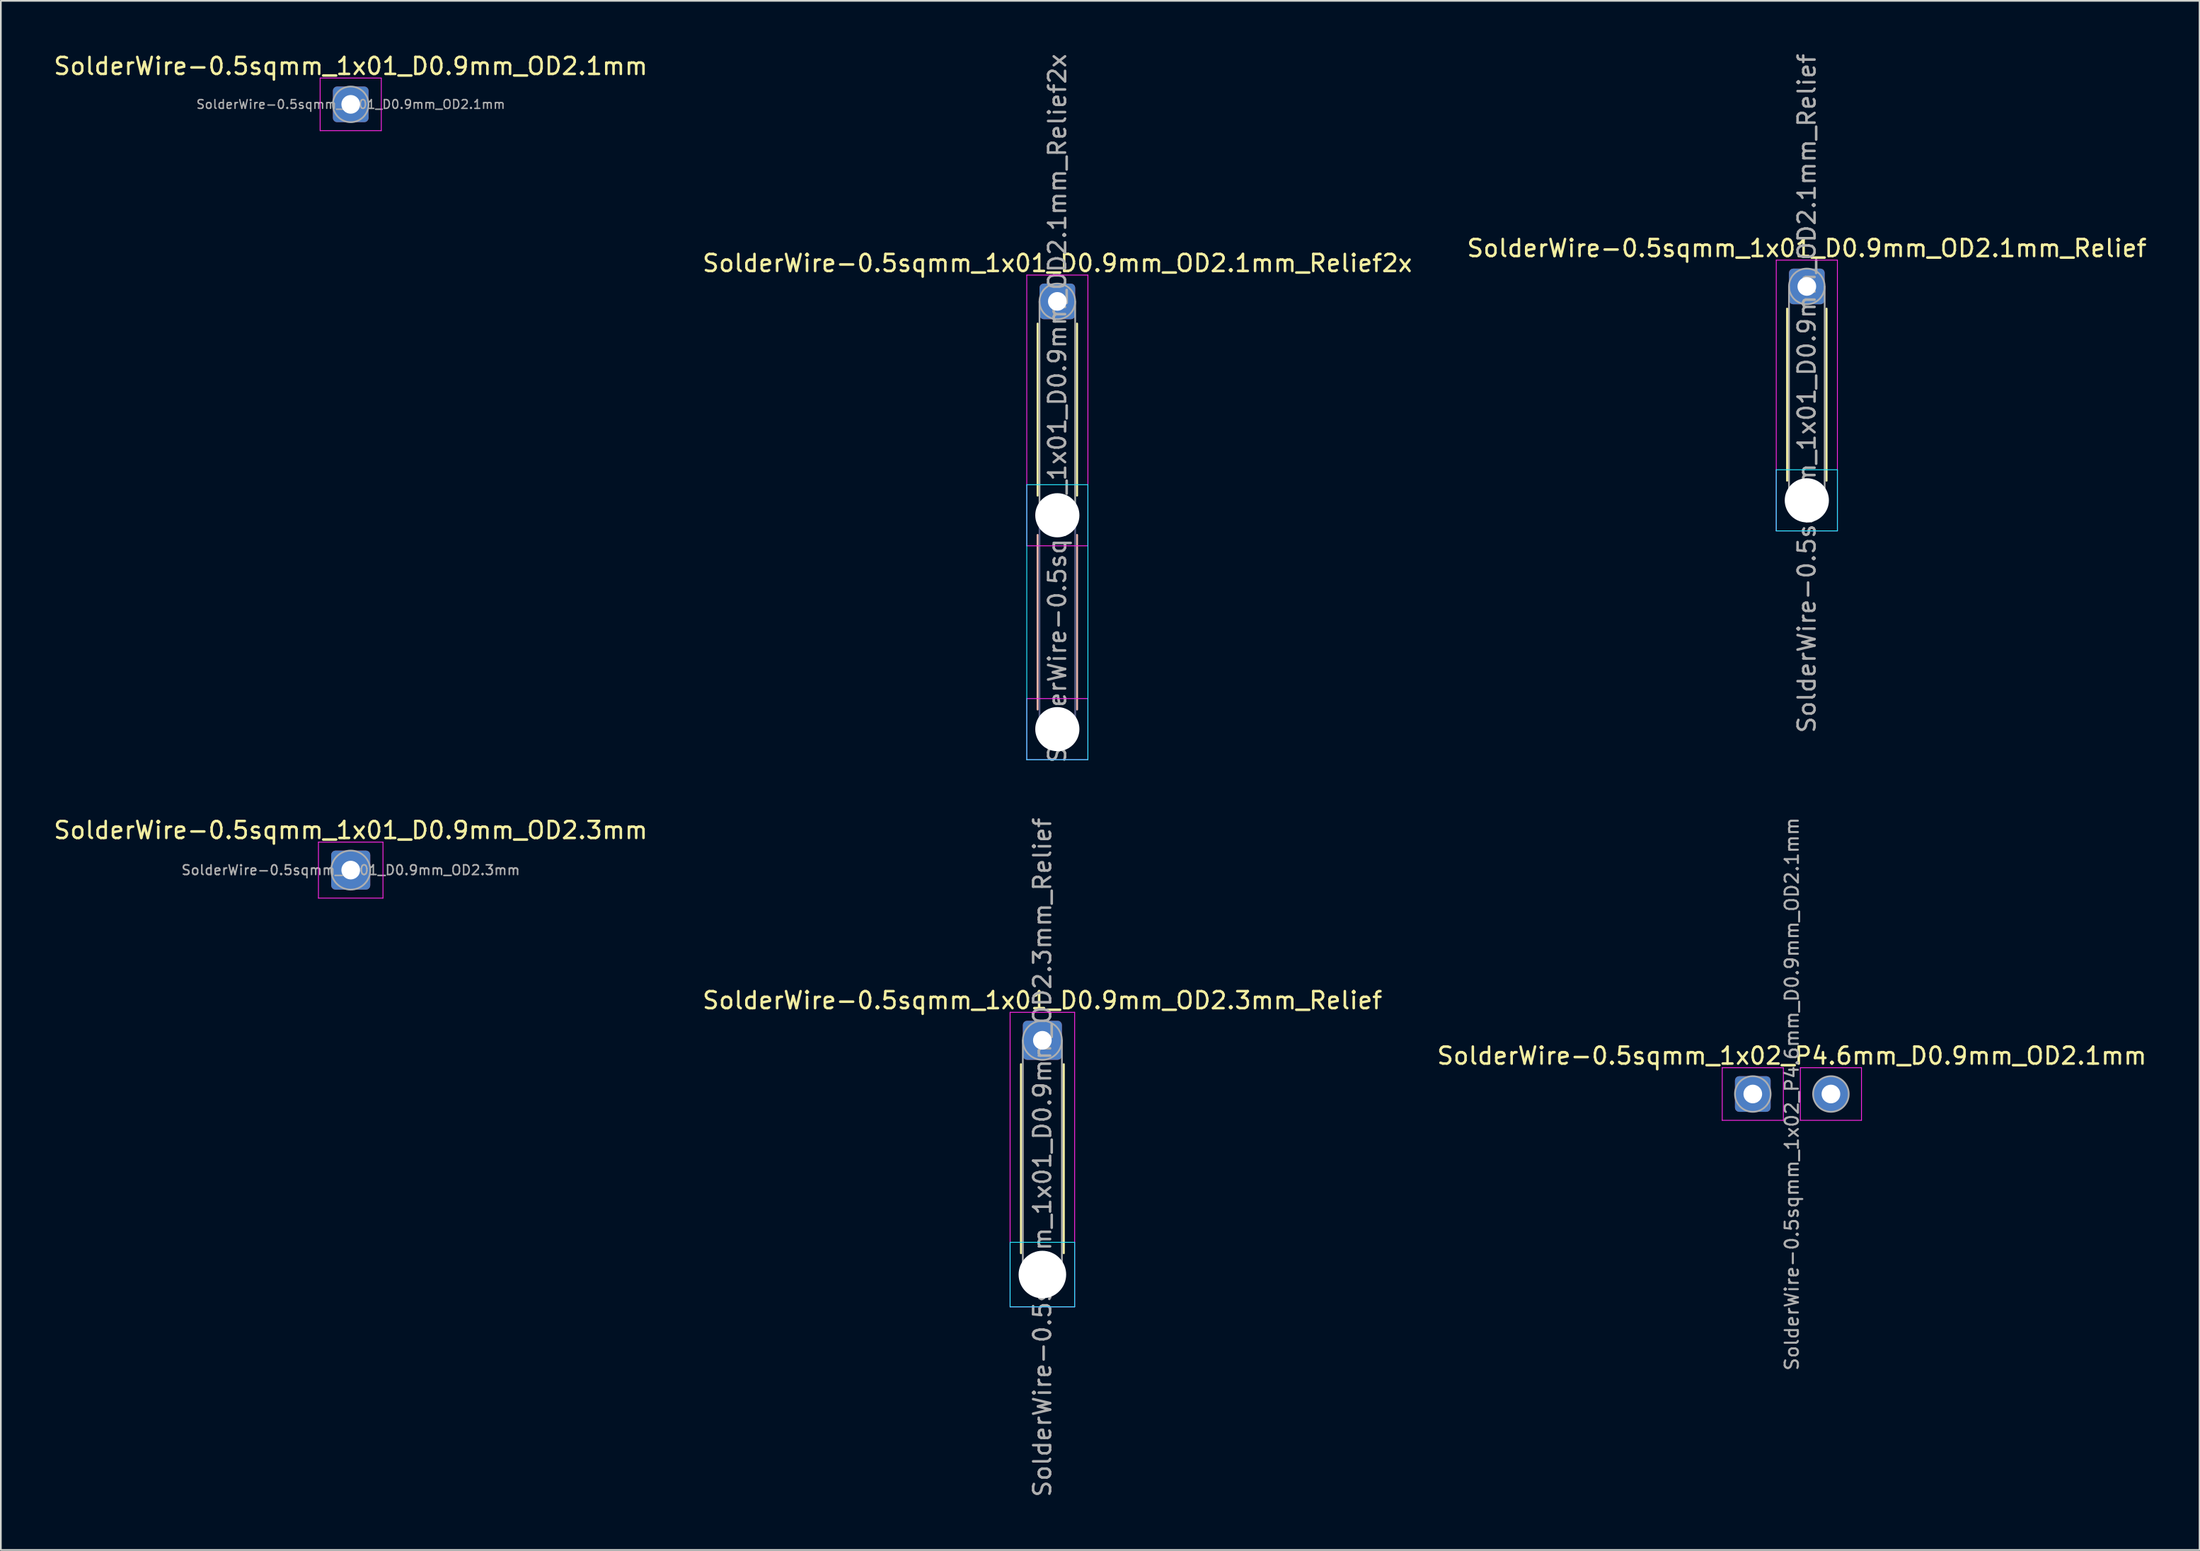
<source format=kicad_pcb>
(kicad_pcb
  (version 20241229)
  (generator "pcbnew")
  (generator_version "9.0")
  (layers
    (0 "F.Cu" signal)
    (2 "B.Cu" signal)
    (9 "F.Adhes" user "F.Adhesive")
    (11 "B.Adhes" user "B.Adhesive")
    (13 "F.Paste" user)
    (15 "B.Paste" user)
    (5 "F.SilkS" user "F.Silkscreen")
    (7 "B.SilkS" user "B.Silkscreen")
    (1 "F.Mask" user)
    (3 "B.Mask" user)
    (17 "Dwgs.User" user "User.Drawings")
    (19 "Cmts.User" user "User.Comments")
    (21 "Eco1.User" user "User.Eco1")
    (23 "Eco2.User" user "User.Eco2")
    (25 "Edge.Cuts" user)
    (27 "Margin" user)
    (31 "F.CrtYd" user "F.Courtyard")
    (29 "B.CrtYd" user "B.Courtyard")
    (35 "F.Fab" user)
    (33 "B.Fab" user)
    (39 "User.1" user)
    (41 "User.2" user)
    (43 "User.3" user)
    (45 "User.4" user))
  (footprint "SolderWire-0.5sqmm_1x01_D0.9mm_OD2.1mm_Relief2x"
    (layer "F.Cu")
    (at 59.208 14.706)
    (property "Reference" "SolderWire-0.5sqmm_1x01_D0.9mm_OD2.1mm_Relief2x" (at 0 -2.25 0) (layer "F.SilkS") (effects (font (size 1 1) (thickness 0.15))))
    (attr exclude_from_pos_files exclude_from_bom)
    (fp_line (start -1.16 1.31) (end -1.16 11.44) (stroke (width 0.12) (type solid)) (layer "F.SilkS"))
    (fp_line (start 1.16 1.31) (end 1.16 11.44) (stroke (width 0.12) (type solid)) (layer "F.SilkS"))
    (fp_line (start -1.16 13.76) (end -1.16 24.04) (stroke (width 0.12) (type solid)) (layer "B.SilkS"))
    (fp_line (start 1.16 13.76) (end 1.16 24.04) (stroke (width 0.12) (type solid)) (layer "B.SilkS"))
    (fp_line (start -1.8 10.8) (end -1.8 27) (stroke (width 0.05) (type solid)) (layer "B.CrtYd"))
    (fp_line (start -1.8 27) (end 1.8 27) (stroke (width 0.05) (type solid)) (layer "B.CrtYd"))
    (fp_line (start 1.8 10.8) (end -1.8 10.8) (stroke (width 0.05) (type solid)) (layer "B.CrtYd"))
    (fp_line (start 1.8 27) (end 1.8 10.8) (stroke (width 0.05) (type solid)) (layer "B.CrtYd"))
    (fp_line (start -1.8 -1.55) (end -1.8 14.4) (stroke (width 0.05) (type solid)) (layer "F.CrtYd"))
    (fp_line (start -1.8 14.4) (end 1.8 14.4) (stroke (width 0.05) (type solid)) (layer "F.CrtYd"))
    (fp_line (start -1.8 23.4) (end -1.8 27) (stroke (width 0.05) (type solid)) (layer "F.CrtYd"))
    (fp_line (start -1.8 27) (end 1.8 27) (stroke (width 0.05) (type solid)) (layer "F.CrtYd"))
    (fp_line (start 1.8 -1.55) (end -1.8 -1.55) (stroke (width 0.05) (type solid)) (layer "F.CrtYd"))
    (fp_line (start 1.8 14.4) (end 1.8 -1.55) (stroke (width 0.05) (type solid)) (layer "F.CrtYd"))
    (fp_line (start 1.8 23.4) (end -1.8 23.4) (stroke (width 0.05) (type solid)) (layer "F.CrtYd"))
    (fp_line (start 1.8 27) (end 1.8 23.4) (stroke (width 0.05) (type solid)) (layer "F.CrtYd"))
    (fp_line (start -1.05 12.6) (end -1.05 25.2) (stroke (width 0.1) (type solid)) (layer "B.Fab"))
    (fp_line (start 1.05 12.6) (end 1.05 25.2) (stroke (width 0.1) (type solid)) (layer "B.Fab"))
    (fp_circle (center 0 12.6) (end 1.05 12.6) (stroke (width 0.1) (type solid)) (fill no) (layer "B.Fab"))
    (fp_circle (center 0 25.2) (end 1.05 25.2) (stroke (width 0.1) (type solid)) (fill no) (layer "B.Fab"))
    (fp_line (start -1.05 0) (end -1.05 12.6) (stroke (width 0.1) (type solid)) (layer "F.Fab"))
    (fp_line (start 1.05 0) (end 1.05 12.6) (stroke (width 0.1) (type solid)) (layer "F.Fab"))
    (fp_circle (center 0 0) (end 1.05 0) (stroke (width 0.1) (type solid)) (fill no) (layer "F.Fab"))
    (fp_circle (center 0 12.6) (end 1.05 12.6) (stroke (width 0.1) (type solid)) (fill no) (layer "F.Fab"))
    (fp_circle (center 0 25.2) (end 1.05 25.2) (stroke (width 0.1) (type solid)) (fill no) (layer "F.Fab"))
    (fp_text user "${REFERENCE}" (at 0 6.3 90) (layer "F.Fab") (effects (font (size 1 1) (thickness 0.15))))
    (pad "" np_thru_hole circle (at 0 12.6) (size 2.6 2.6) (drill 2.6) (layers "*.Cu" "*.Mask"))
    (pad "" np_thru_hole circle (at 0 25.2) (size 2.6 2.6) (drill 2.6) (layers "*.Cu" "*.Mask"))
    (pad "1" thru_hole roundrect (at 0 0) (size 2.1 2.1) (drill 1.1) (layers "*.Cu" "*.Mask") (roundrect_rratio 0.119)))
  (footprint "SolderWire-0.5sqmm_1x02_P4.6mm_D0.9mm_OD2.1mm"
    (layer "F.Cu")
    (at 100.158 61.401)
    (property "Reference" "SolderWire-0.5sqmm_1x02_P4.6mm_D0.9mm_OD2.1mm" (at 2.3 -2.25 0) (layer "F.SilkS") (effects (font (size 1 1) (thickness 0.15))))
    (attr exclude_from_pos_files exclude_from_bom)
    (fp_line (start -1.8 -1.55) (end -1.8 1.55) (stroke (width 0.05) (type solid)) (layer "F.CrtYd"))
    (fp_line (start -1.8 1.55) (end 1.8 1.55) (stroke (width 0.05) (type solid)) (layer "F.CrtYd"))
    (fp_line (start 1.8 -1.55) (end -1.8 -1.55) (stroke (width 0.05) (type solid)) (layer "F.CrtYd"))
    (fp_line (start 1.8 1.55) (end 1.8 -1.55) (stroke (width 0.05) (type solid)) (layer "F.CrtYd"))
    (fp_line (start 2.8 -1.55) (end 2.8 1.55) (stroke (width 0.05) (type solid)) (layer "F.CrtYd"))
    (fp_line (start 2.8 1.55) (end 6.4 1.55) (stroke (width 0.05) (type solid)) (layer "F.CrtYd"))
    (fp_line (start 6.4 -1.55) (end 2.8 -1.55) (stroke (width 0.05) (type solid)) (layer "F.CrtYd"))
    (fp_line (start 6.4 1.55) (end 6.4 -1.55) (stroke (width 0.05) (type solid)) (layer "F.CrtYd"))
    (fp_circle (center 0 0) (end 1.05 0) (stroke (width 0.1) (type solid)) (fill no) (layer "F.Fab"))
    (fp_circle (center 4.6 0) (end 5.65 0) (stroke (width 0.1) (type solid)) (fill no) (layer "F.Fab"))
    (fp_text user "${REFERENCE}" (at 2.3 0 90) (layer "F.Fab") (effects (font (size 0.78 0.78) (thickness 0.12))))
    (pad "1" thru_hole roundrect (at 0 0) (size 2.1 2.1) (drill 1.1) (layers "*.Cu" "*.Mask") (roundrect_rratio 0.119))
    (pad "2" thru_hole circle (at 4.6 0) (size 2.1 2.1) (drill 1.1) (layers "*.Cu" "*.Mask")))
  (footprint "SolderWire-0.5sqmm_1x01_D0.9mm_OD2.3mm"
    (layer "F.Cu")
    (at 17.601 48.21)
    (property "Reference" "SolderWire-0.5sqmm_1x01_D0.9mm_OD2.3mm" (at 0 -2.35 0) (layer "F.SilkS") (effects (font (size 1 1) (thickness 0.15))))
    (attr exclude_from_pos_files exclude_from_bom)
    (fp_line (start -1.9 -1.65) (end -1.9 1.65) (stroke (width 0.05) (type solid)) (layer "F.CrtYd"))
    (fp_line (start -1.9 1.65) (end 1.9 1.65) (stroke (width 0.05) (type solid)) (layer "F.CrtYd"))
    (fp_line (start 1.9 -1.65) (end -1.9 -1.65) (stroke (width 0.05) (type solid)) (layer "F.CrtYd"))
    (fp_line (start 1.9 1.65) (end 1.9 -1.65) (stroke (width 0.05) (type solid)) (layer "F.CrtYd"))
    (fp_circle (center 0 0) (end 1.15 0) (stroke (width 0.1) (type solid)) (fill no) (layer "F.Fab"))
    (fp_text user "${REFERENCE}" (at 0 0 0) (layer "F.Fab") (effects (font (size 0.57 0.57) (thickness 0.09))))
    (pad "1" thru_hole roundrect (at 0 0) (size 2.3 2.3) (drill 1.1) (layers "*.Cu" "*.Mask") (roundrect_rratio 0.109)))
  (footprint "SolderWire-0.5sqmm_1x01_D0.9mm_OD2.1mm"
    (layer "F.Cu")
    (at 17.601 3.098)
    (property "Reference" "SolderWire-0.5sqmm_1x01_D0.9mm_OD2.1mm" (at 0 -2.25 0) (layer "F.SilkS") (effects (font (size 1 1) (thickness 0.15))))
    (attr exclude_from_pos_files exclude_from_bom)
    (fp_line (start -1.8 -1.55) (end -1.8 1.55) (stroke (width 0.05) (type solid)) (layer "F.CrtYd"))
    (fp_line (start -1.8 1.55) (end 1.8 1.55) (stroke (width 0.05) (type solid)) (layer "F.CrtYd"))
    (fp_line (start 1.8 -1.55) (end -1.8 -1.55) (stroke (width 0.05) (type solid)) (layer "F.CrtYd"))
    (fp_line (start 1.8 1.55) (end 1.8 -1.55) (stroke (width 0.05) (type solid)) (layer "F.CrtYd"))
    (fp_circle (center 0 0) (end 1.05 0) (stroke (width 0.1) (type solid)) (fill no) (layer "F.Fab"))
    (fp_text user "${REFERENCE}" (at 0 0 0) (layer "F.Fab") (effects (font (size 0.52 0.52) (thickness 0.08))))
    (pad "1" thru_hole roundrect (at 0 0) (size 2.1 2.1) (drill 1.1) (layers "*.Cu" "*.Mask") (roundrect_rratio 0.119)))
  (footprint "SolderWire-0.5sqmm_1x01_D0.9mm_OD2.3mm_Relief"
    (layer "F.Cu")
    (at 58.327 58.237)
    (property "Reference" "SolderWire-0.5sqmm_1x01_D0.9mm_OD2.3mm_Relief" (at 0 -2.35 0) (layer "F.SilkS") (effects (font (size 1 1) (thickness 0.15))))
    (attr exclude_from_pos_files exclude_from_bom)
    (fp_line (start -1.26 1.41) (end -1.26 12.54) (stroke (width 0.12) (type solid)) (layer "F.SilkS"))
    (fp_line (start 1.26 1.41) (end 1.26 12.54) (stroke (width 0.12) (type solid)) (layer "F.SilkS"))
    (fp_line (start -1.9 11.9) (end -1.9 15.7) (stroke (width 0.05) (type solid)) (layer "B.CrtYd"))
    (fp_line (start -1.9 15.7) (end 1.9 15.7) (stroke (width 0.05) (type solid)) (layer "B.CrtYd"))
    (fp_line (start 1.9 11.9) (end -1.9 11.9) (stroke (width 0.05) (type solid)) (layer "B.CrtYd"))
    (fp_line (start 1.9 15.7) (end 1.9 11.9) (stroke (width 0.05) (type solid)) (layer "B.CrtYd"))
    (fp_line (start -1.9 -1.65) (end -1.9 15.7) (stroke (width 0.05) (type solid)) (layer "F.CrtYd"))
    (fp_line (start -1.9 15.7) (end 1.9 15.7) (stroke (width 0.05) (type solid)) (layer "F.CrtYd"))
    (fp_line (start 1.9 -1.65) (end -1.9 -1.65) (stroke (width 0.05) (type solid)) (layer "F.CrtYd"))
    (fp_line (start 1.9 15.7) (end 1.9 -1.65) (stroke (width 0.05) (type solid)) (layer "F.CrtYd"))
    (fp_line (start -1.15 0) (end -1.15 13.8) (stroke (width 0.1) (type solid)) (layer "F.Fab"))
    (fp_line (start 1.15 0) (end 1.15 13.8) (stroke (width 0.1) (type solid)) (layer "F.Fab"))
    (fp_circle (center 0 0) (end 1.15 0) (stroke (width 0.1) (type solid)) (fill no) (layer "F.Fab"))
    (fp_circle (center 0 13.8) (end 1.15 13.8) (stroke (width 0.1) (type solid)) (fill no) (layer "F.Fab"))
    (fp_text user "${REFERENCE}" (at 0 6.9 90) (layer "F.Fab") (effects (font (size 1 1) (thickness 0.15))))
    (pad "" np_thru_hole circle (at 0 13.8) (size 2.8 2.8) (drill 2.8) (layers "*.Cu" "*.Mask"))
    (pad "1" thru_hole roundrect (at 0 0) (size 2.3 2.3) (drill 1.1) (layers "*.Cu" "*.Mask") (roundrect_rratio 0.109)))
  (footprint "SolderWire-0.5sqmm_1x01_D0.9mm_OD2.1mm_Relief"
    (layer "F.Cu")
    (at 103.339 13.825)
    (property "Reference" "SolderWire-0.5sqmm_1x01_D0.9mm_OD2.1mm_Relief" (at 0 -2.25 0) (layer "F.SilkS") (effects (font (size 1 1) (thickness 0.15))))
    (attr exclude_from_pos_files exclude_from_bom)
    (fp_line (start -1.16 1.31) (end -1.16 11.44) (stroke (width 0.12) (type solid)) (layer "F.SilkS"))
    (fp_line (start 1.16 1.31) (end 1.16 11.44) (stroke (width 0.12) (type solid)) (layer "F.SilkS"))
    (fp_line (start -1.8 10.8) (end -1.8 14.4) (stroke (width 0.05) (type solid)) (layer "B.CrtYd"))
    (fp_line (start -1.8 14.4) (end 1.8 14.4) (stroke (width 0.05) (type solid)) (layer "B.CrtYd"))
    (fp_line (start 1.8 10.8) (end -1.8 10.8) (stroke (width 0.05) (type solid)) (layer "B.CrtYd"))
    (fp_line (start 1.8 14.4) (end 1.8 10.8) (stroke (width 0.05) (type solid)) (layer "B.CrtYd"))
    (fp_line (start -1.8 -1.55) (end -1.8 14.4) (stroke (width 0.05) (type solid)) (layer "F.CrtYd"))
    (fp_line (start -1.8 14.4) (end 1.8 14.4) (stroke (width 0.05) (type solid)) (layer "F.CrtYd"))
    (fp_line (start 1.8 -1.55) (end -1.8 -1.55) (stroke (width 0.05) (type solid)) (layer "F.CrtYd"))
    (fp_line (start 1.8 14.4) (end 1.8 -1.55) (stroke (width 0.05) (type solid)) (layer "F.CrtYd"))
    (fp_line (start -1.05 0) (end -1.05 12.6) (stroke (width 0.1) (type solid)) (layer "F.Fab"))
    (fp_line (start 1.05 0) (end 1.05 12.6) (stroke (width 0.1) (type solid)) (layer "F.Fab"))
    (fp_circle (center 0 0) (end 1.05 0) (stroke (width 0.1) (type solid)) (fill no) (layer "F.Fab"))
    (fp_circle (center 0 12.6) (end 1.05 12.6) (stroke (width 0.1) (type solid)) (fill no) (layer "F.Fab"))
    (fp_text user "${REFERENCE}" (at 0 6.3 90) (layer "F.Fab") (effects (font (size 1 1) (thickness 0.15))))
    (pad "" np_thru_hole circle (at 0 12.6) (size 2.6 2.6) (drill 2.6) (layers "*.Cu" "*.Mask"))
    (pad "1" thru_hole roundrect (at 0 0) (size 2.1 2.1) (drill 1.1) (layers "*.Cu" "*.Mask") (roundrect_rratio 0.119)))
  (gr_rect
    (start -3 -3)
    (end 126.464 88.262)
    (stroke (width 0.1) (type default))
    (fill no)
    (layer "Edge.Cuts")))
</source>
